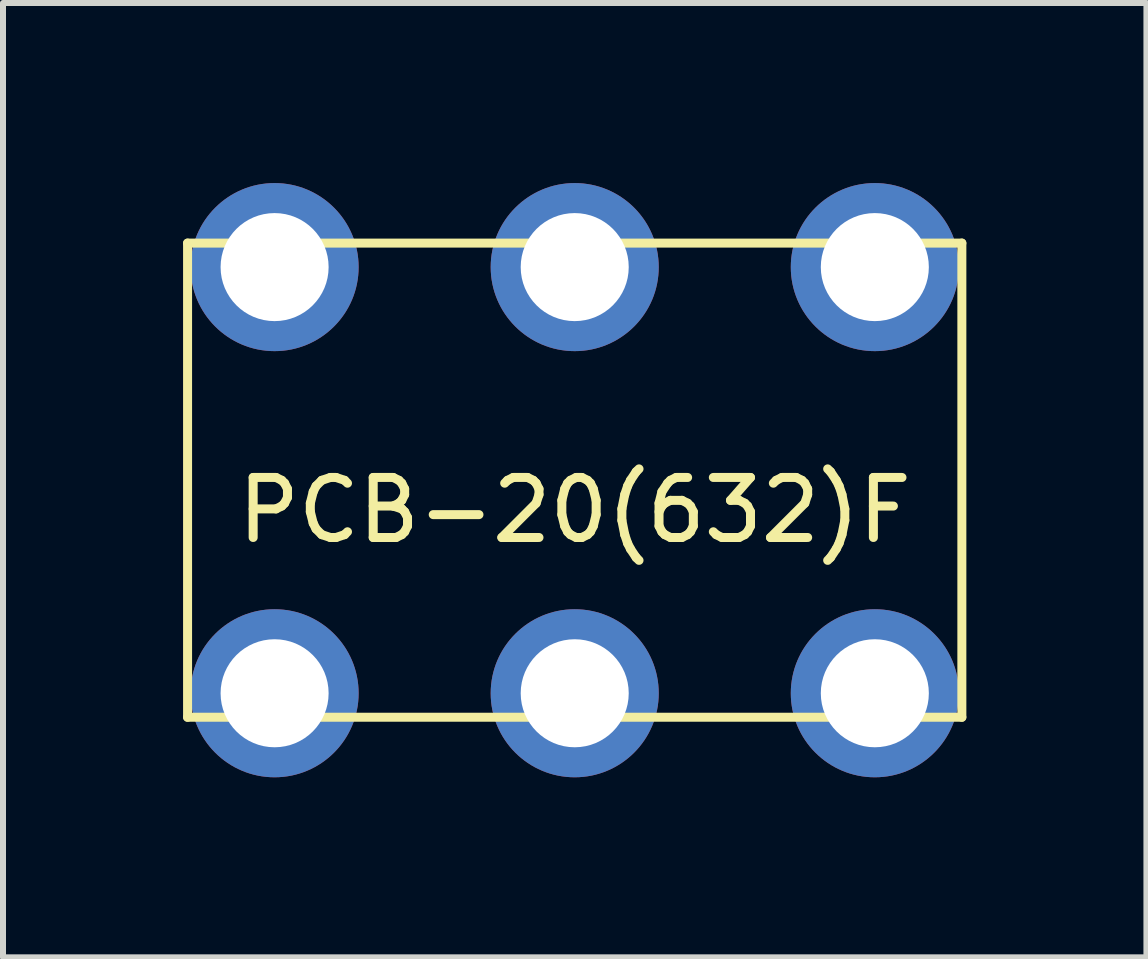
<source format=kicad_pcb>
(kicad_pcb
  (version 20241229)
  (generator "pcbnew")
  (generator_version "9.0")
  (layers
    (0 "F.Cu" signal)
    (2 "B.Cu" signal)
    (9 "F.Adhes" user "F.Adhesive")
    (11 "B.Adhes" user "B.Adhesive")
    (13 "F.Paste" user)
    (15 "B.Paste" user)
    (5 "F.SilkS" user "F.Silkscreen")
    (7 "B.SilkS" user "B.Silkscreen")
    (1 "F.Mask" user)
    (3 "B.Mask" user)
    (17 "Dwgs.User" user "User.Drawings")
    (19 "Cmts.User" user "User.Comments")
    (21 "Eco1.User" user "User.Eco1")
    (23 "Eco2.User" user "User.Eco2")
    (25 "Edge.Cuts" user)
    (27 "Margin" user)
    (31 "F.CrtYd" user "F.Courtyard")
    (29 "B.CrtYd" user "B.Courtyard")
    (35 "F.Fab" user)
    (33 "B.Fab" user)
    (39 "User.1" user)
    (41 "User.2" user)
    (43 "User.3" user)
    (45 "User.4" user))
  (footprint "PCB-20(632)F"
    (layer "F.Cu")
    (at 6.525 4.95)
    (property "Reference" "PCB-20(632)F" (at 0 0.5 0) (layer "F.SilkS") (effects (font (size 1 1) (thickness 0.15))))
    (attr through_hole)
    (fp_line (start -6.45 -3.95) (end 6.45 -3.95) (stroke (width 0.15) (type solid)) (layer "F.SilkS"))
    (fp_line (start -6.45 3.95) (end -6.45 -3.95) (stroke (width 0.15) (type solid)) (layer "F.SilkS"))
    (fp_line (start -6.45 3.95) (end 6.45 3.95) (stroke (width 0.15) (type solid)) (layer "F.SilkS"))
    (fp_line (start 6.45 3.95) (end 6.45 -3.95) (stroke (width 0.15) (type solid)) (layer "F.SilkS"))
    (pad "1" thru_hole circle (at -5 -3.55) (size 2.8 2.8) (drill 1.8) (layers "*.Cu" "*.Mask"))
    (pad "1" thru_hole circle (at -5 3.55) (size 2.8 2.8) (drill 1.8) (layers "*.Cu" "*.Mask"))
    (pad "1" thru_hole circle (at 0 -3.55) (size 2.8 2.8) (drill 1.8) (layers "*.Cu" "*.Mask"))
    (pad "1" thru_hole circle (at 0 3.55) (size 2.8 2.8) (drill 1.8) (layers "*.Cu" "*.Mask"))
    (pad "1" thru_hole circle (at 5 -3.55) (size 2.8 2.8) (drill 1.8) (layers "*.Cu" "*.Mask"))
    (pad "1" thru_hole circle (at 5 3.55) (size 2.8 2.8) (drill 1.8) (layers "*.Cu" "*.Mask")))
  (gr_rect
    (start -3 -3)
    (end 16.05 12.9)
    (stroke (width 0.1) (type default))
    (fill no)
    (layer "Edge.Cuts")))
</source>
